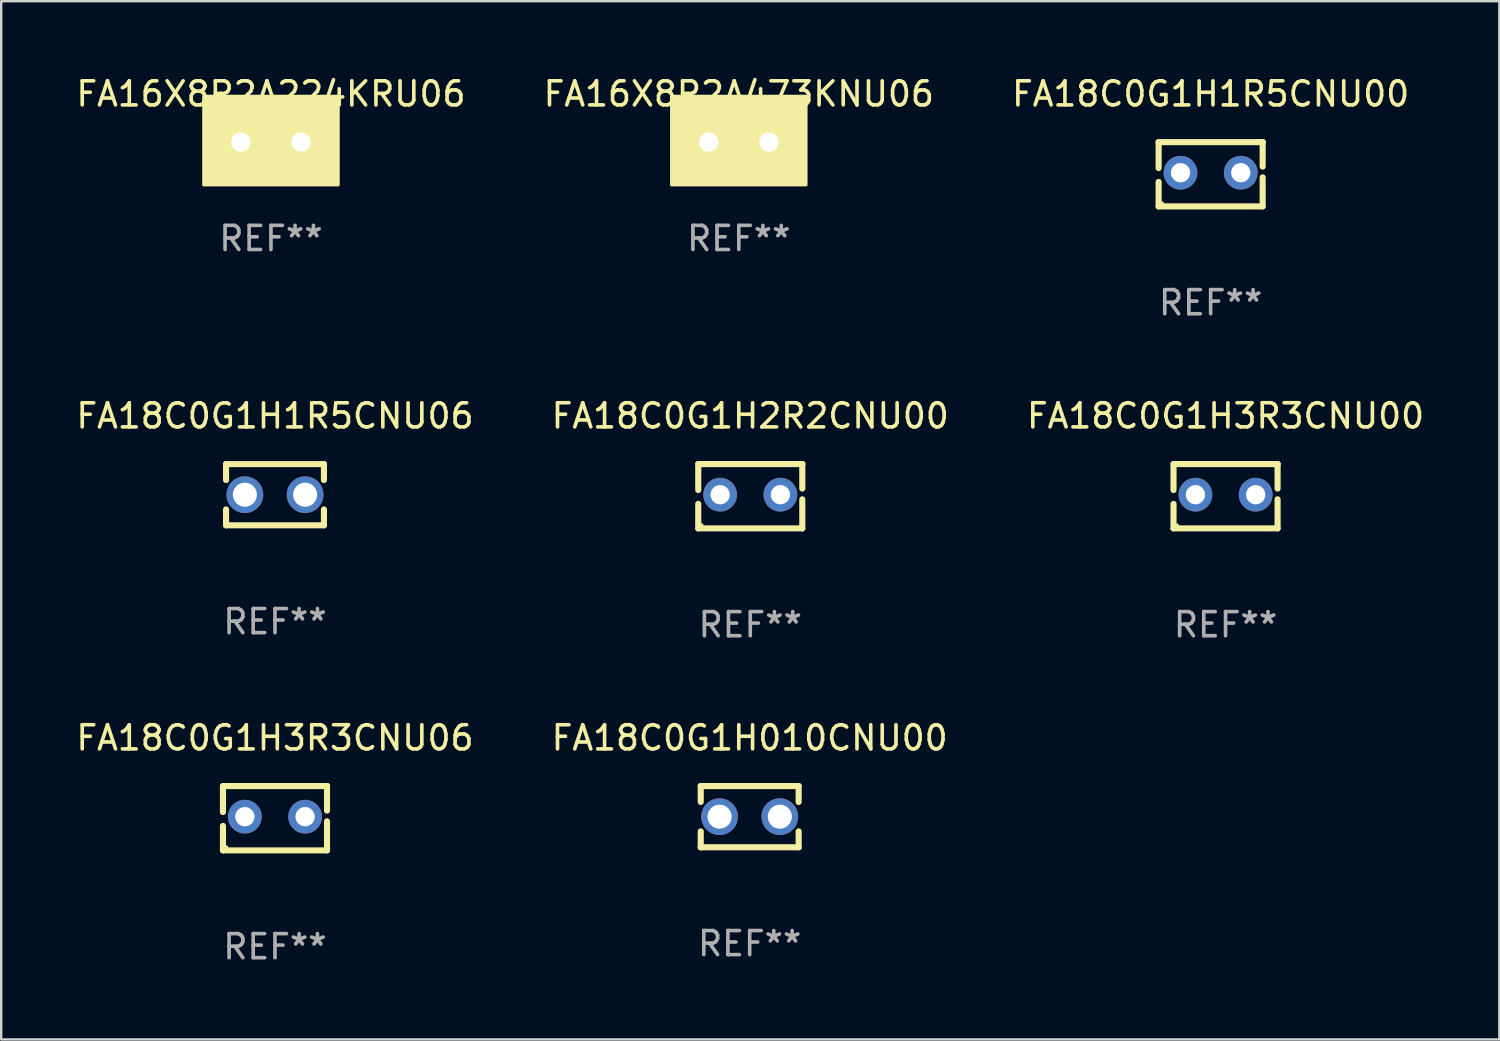
<source format=kicad_pcb>
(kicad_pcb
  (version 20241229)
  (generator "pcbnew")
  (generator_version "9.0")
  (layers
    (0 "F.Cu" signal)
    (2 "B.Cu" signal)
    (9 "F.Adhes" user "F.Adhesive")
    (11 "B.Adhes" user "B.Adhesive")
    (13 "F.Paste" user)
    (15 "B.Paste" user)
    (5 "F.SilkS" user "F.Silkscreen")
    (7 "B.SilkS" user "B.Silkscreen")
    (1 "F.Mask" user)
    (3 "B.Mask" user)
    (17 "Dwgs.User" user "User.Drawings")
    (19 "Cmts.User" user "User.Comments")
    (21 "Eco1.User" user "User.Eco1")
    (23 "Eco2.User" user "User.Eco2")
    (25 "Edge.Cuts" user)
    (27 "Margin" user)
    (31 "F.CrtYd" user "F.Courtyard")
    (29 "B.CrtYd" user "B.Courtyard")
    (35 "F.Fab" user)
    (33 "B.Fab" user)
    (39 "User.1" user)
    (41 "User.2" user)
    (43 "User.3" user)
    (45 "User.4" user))
  (footprint "FA18C0G1H010CNU00"
    (layer "F.Cu")
    (at 28.065 30.845)
    (property "Reference" "FA18C0G1H010CNU00" (at 0 -3.27 0) (layer "F.SilkS") (effects (font (size 1 1) (thickness 0.15))))
    (attr through_hole)
    (fp_line (start -2.032 -1.27) (end -2.032 -0.611) (stroke (width 0.254) (type solid)) (layer "F.SilkS"))
    (fp_line (start -2.032 0.611) (end -2.032 1.27) (stroke (width 0.254) (type solid)) (layer "F.SilkS"))
    (fp_line (start -2.032 1.27) (end 2.032 1.27) (stroke (width 0.254) (type solid)) (layer "F.SilkS"))
    (fp_line (start 2.032 -1.27) (end -2.032 -1.27) (stroke (width 0.254) (type solid)) (layer "F.SilkS"))
    (fp_line (start 2.032 -0.611) (end 2.032 -1.27) (stroke (width 0.254) (type solid)) (layer "F.SilkS"))
    (fp_line (start 2.032 1.27) (end 2.032 0.611) (stroke (width 0.254) (type solid)) (layer "F.SilkS"))
    (fp_circle (center -2 1.25) (end -1.97 1.25) (stroke (width 0.06) (type solid)) (fill no) (layer "F.SilkS"))
    (fp_text user "REF**" (at 0 5.27 0) (layer "F.Fab") (effects (font (size 1 1) (thickness 0.15))))
    (pad "1" thru_hole circle (at -1.25 0) (size 1.524 1.524) (drill 1) (layers "*.Cu" "*.Mask"))
    (pad "2" thru_hole circle (at 1.25 0) (size 1.524 1.524) (drill 1) (layers "*.Cu" "*.Mask")))
  (footprint "FA18C0G1H2R2CNU00"
    (layer "F.Cu")
    (at 28.089 17.545)
    (property "Reference" "FA18C0G1H2R2CNU00" (at 0 -3.334 0) (layer "F.SilkS") (effects (font (size 1 1) (thickness 0.15))))
    (attr through_hole)
    (fp_line (start -2.159 -1.334) (end 2.159 -1.334) (stroke (width 0.254) (type solid)) (layer "F.SilkS"))
    (fp_line (start -2.159 -0.256) (end -2.159 -1.334) (stroke (width 0.254) (type solid)) (layer "F.SilkS"))
    (fp_line (start -2.159 1.334) (end -2.159 0.318) (stroke (width 0.254) (type solid)) (layer "F.SilkS"))
    (fp_line (start 2.159 -1.334) (end 2.159 -1.334) (stroke (width 0.254) (type solid)) (layer "F.SilkS"))
    (fp_line (start 2.159 -1.334) (end 2.159 -0.318) (stroke (width 0.254) (type solid)) (layer "F.SilkS"))
    (fp_line (start 2.159 0.129) (end 2.159 1.334) (stroke (width 0.254) (type solid)) (layer "F.SilkS"))
    (fp_line (start 2.159 1.334) (end -2.159 1.334) (stroke (width 0.254) (type solid)) (layer "F.SilkS"))
    (fp_circle (center -2 1.186) (end -1.97 1.186) (stroke (width 0.06) (type solid)) (fill no) (layer "F.SilkS"))
    (fp_text user "REF**" (at 0 5.334 0) (layer "F.Fab") (effects (font (size 1 1) (thickness 0.15))))
    (pad "1" thru_hole circle (at -1.25 -0.064) (size 1.4 1.4) (drill 0.8) (layers "*.Cu" "*.Mask"))
    (pad "2" thru_hole circle (at 1.25 -0.064) (size 1.4 1.4) (drill 0.8) (layers "*.Cu" "*.Mask")))
  (footprint "FA16X8R2A473KNU06"
    (layer "F.Cu")
    (at 27.613 2.848)
    (property "Reference" "FA16X8R2A473KNU06" (at 0 -2 0) (layer "F.SilkS") (effects (font (size 1 1) (thickness 0.15))))
    (attr through_hole)
    (fp_circle (center -2.75 1.75) (end -2.72 1.75) (stroke (width 0.06) (type solid)) (fill no) (layer "F.SilkS"))
    (fp_poly (pts (xy -2.794 -1.905) (xy 2.794 -1.905) (xy 2.794 1.778) (xy -2.794 1.778)) (stroke (width 0.12) (type solid)) (fill yes) (layer "F.SilkS"))
    (fp_text user "REF**" (at 0 4 0) (layer "F.Fab") (effects (font (size 1 1) (thickness 0.15))))
    (pad "1" thru_hole circle (at -1.25 0) (size 1.2 1.2) (drill 0.8) (layers "*.Cu" "*.Mask"))
    (pad "2" thru_hole circle (at 1.25 0) (size 1.2 1.2) (drill 0.8) (layers "*.Cu" "*.Mask")))
  (footprint "FA18C0G1H1R5CNU00"
    (layer "F.Cu")
    (at 47.196 4.182)
    (property "Reference" "FA18C0G1H1R5CNU00" (at 0 -3.334 0) (layer "F.SilkS") (effects (font (size 1 1) (thickness 0.15))))
    (attr through_hole)
    (fp_line (start -2.159 -1.334) (end 2.159 -1.334) (stroke (width 0.254) (type solid)) (layer "F.SilkS"))
    (fp_line (start -2.159 -0.256) (end -2.159 -1.334) (stroke (width 0.254) (type solid)) (layer "F.SilkS"))
    (fp_line (start -2.159 1.334) (end -2.159 0.318) (stroke (width 0.254) (type solid)) (layer "F.SilkS"))
    (fp_line (start 2.159 -1.334) (end 2.159 -1.334) (stroke (width 0.254) (type solid)) (layer "F.SilkS"))
    (fp_line (start 2.159 -1.334) (end 2.159 -0.318) (stroke (width 0.254) (type solid)) (layer "F.SilkS"))
    (fp_line (start 2.159 0.129) (end 2.159 1.334) (stroke (width 0.254) (type solid)) (layer "F.SilkS"))
    (fp_line (start 2.159 1.334) (end -2.159 1.334) (stroke (width 0.254) (type solid)) (layer "F.SilkS"))
    (fp_circle (center -2 1.186) (end -1.97 1.186) (stroke (width 0.06) (type solid)) (fill no) (layer "F.SilkS"))
    (fp_text user "REF**" (at 0 5.334 0) (layer "F.Fab") (effects (font (size 1 1) (thickness 0.15))))
    (pad "1" thru_hole circle (at -1.25 -0.064) (size 1.4 1.4) (drill 0.8) (layers "*.Cu" "*.Mask"))
    (pad "2" thru_hole circle (at 1.25 -0.064) (size 1.4 1.4) (drill 0.8) (layers "*.Cu" "*.Mask")))
  (footprint "FA18C0G1H3R3CNU06"
    (layer "F.Cu")
    (at 8.363 30.909)
    (property "Reference" "FA18C0G1H3R3CNU06" (at 0 -3.334 0) (layer "F.SilkS") (effects (font (size 1 1) (thickness 0.15))))
    (attr through_hole)
    (fp_line (start -2.159 -1.334) (end 2.159 -1.334) (stroke (width 0.254) (type solid)) (layer "F.SilkS"))
    (fp_line (start -2.159 -0.256) (end -2.159 -1.334) (stroke (width 0.254) (type solid)) (layer "F.SilkS"))
    (fp_line (start -2.159 1.334) (end -2.159 0.318) (stroke (width 0.254) (type solid)) (layer "F.SilkS"))
    (fp_line (start 2.159 -1.334) (end 2.159 -1.334) (stroke (width 0.254) (type solid)) (layer "F.SilkS"))
    (fp_line (start 2.159 -1.334) (end 2.159 -0.318) (stroke (width 0.254) (type solid)) (layer "F.SilkS"))
    (fp_line (start 2.159 0.129) (end 2.159 1.334) (stroke (width 0.254) (type solid)) (layer "F.SilkS"))
    (fp_line (start 2.159 1.334) (end -2.159 1.334) (stroke (width 0.254) (type solid)) (layer "F.SilkS"))
    (fp_circle (center -2 1.186) (end -1.97 1.186) (stroke (width 0.06) (type solid)) (fill no) (layer "F.SilkS"))
    (fp_text user "REF**" (at 0 5.334 0) (layer "F.Fab") (effects (font (size 1 1) (thickness 0.15))))
    (pad "1" thru_hole circle (at -1.25 -0.064) (size 1.4 1.4) (drill 0.8) (layers "*.Cu" "*.Mask"))
    (pad "2" thru_hole circle (at 1.25 -0.064) (size 1.4 1.4) (drill 0.8) (layers "*.Cu" "*.Mask")))
  (footprint "FA18C0G1H1R5CNU06"
    (layer "F.Cu")
    (at 8.363 17.482)
    (property "Reference" "FA18C0G1H1R5CNU06" (at 0 -3.27 0) (layer "F.SilkS") (effects (font (size 1 1) (thickness 0.15))))
    (attr through_hole)
    (fp_line (start -2.032 -1.27) (end -2.032 -0.611) (stroke (width 0.254) (type solid)) (layer "F.SilkS"))
    (fp_line (start -2.032 0.611) (end -2.032 1.27) (stroke (width 0.254) (type solid)) (layer "F.SilkS"))
    (fp_line (start -2.032 1.27) (end 2.032 1.27) (stroke (width 0.254) (type solid)) (layer "F.SilkS"))
    (fp_line (start 2.032 -1.27) (end -2.032 -1.27) (stroke (width 0.254) (type solid)) (layer "F.SilkS"))
    (fp_line (start 2.032 -0.611) (end 2.032 -1.27) (stroke (width 0.254) (type solid)) (layer "F.SilkS"))
    (fp_line (start 2.032 1.27) (end 2.032 0.611) (stroke (width 0.254) (type solid)) (layer "F.SilkS"))
    (fp_circle (center -2 1.25) (end -1.97 1.25) (stroke (width 0.06) (type solid)) (fill no) (layer "F.SilkS"))
    (fp_text user "REF**" (at 0 5.27 0) (layer "F.Fab") (effects (font (size 1 1) (thickness 0.15))))
    (pad "1" thru_hole circle (at -1.25 0) (size 1.524 1.524) (drill 1) (layers "*.Cu" "*.Mask"))
    (pad "2" thru_hole circle (at 1.25 0) (size 1.524 1.524) (drill 1) (layers "*.Cu" "*.Mask")))
  (footprint "FA18C0G1H3R3CNU00"
    (layer "F.Cu")
    (at 47.815 17.545)
    (property "Reference" "FA18C0G1H3R3CNU00" (at 0 -3.334 0) (layer "F.SilkS") (effects (font (size 1 1) (thickness 0.15))))
    (attr through_hole)
    (fp_line (start -2.159 -1.334) (end 2.159 -1.334) (stroke (width 0.254) (type solid)) (layer "F.SilkS"))
    (fp_line (start -2.159 -0.256) (end -2.159 -1.334) (stroke (width 0.254) (type solid)) (layer "F.SilkS"))
    (fp_line (start -2.159 1.334) (end -2.159 0.318) (stroke (width 0.254) (type solid)) (layer "F.SilkS"))
    (fp_line (start 2.159 -1.334) (end 2.159 -1.334) (stroke (width 0.254) (type solid)) (layer "F.SilkS"))
    (fp_line (start 2.159 -1.334) (end 2.159 -0.318) (stroke (width 0.254) (type solid)) (layer "F.SilkS"))
    (fp_line (start 2.159 0.129) (end 2.159 1.334) (stroke (width 0.254) (type solid)) (layer "F.SilkS"))
    (fp_line (start 2.159 1.334) (end -2.159 1.334) (stroke (width 0.254) (type solid)) (layer "F.SilkS"))
    (fp_circle (center -2 1.186) (end -1.97 1.186) (stroke (width 0.06) (type solid)) (fill no) (layer "F.SilkS"))
    (fp_text user "REF**" (at 0 5.334 0) (layer "F.Fab") (effects (font (size 1 1) (thickness 0.15))))
    (pad "1" thru_hole circle (at -1.25 -0.064) (size 1.4 1.4) (drill 0.8) (layers "*.Cu" "*.Mask"))
    (pad "2" thru_hole circle (at 1.25 -0.064) (size 1.4 1.4) (drill 0.8) (layers "*.Cu" "*.Mask")))
  (footprint "FA16X8R2A224KRU06"
    (layer "F.Cu")
    (at 8.196 2.848)
    (property "Reference" "FA16X8R2A224KRU06" (at 0 -2 0) (layer "F.SilkS") (effects (font (size 1 1) (thickness 0.15))))
    (attr through_hole)
    (fp_circle (center -2.75 1.75) (end -2.72 1.75) (stroke (width 0.06) (type solid)) (fill no) (layer "F.SilkS"))
    (fp_poly (pts (xy -2.794 -1.905) (xy 2.794 -1.905) (xy 2.794 1.778) (xy -2.794 1.778)) (stroke (width 0.12) (type solid)) (fill yes) (layer "F.SilkS"))
    (fp_text user "REF**" (at 0 4 0) (layer "F.Fab") (effects (font (size 1 1) (thickness 0.15))))
    (pad "1" thru_hole circle (at -1.25 0) (size 1.2 1.2) (drill 0.8) (layers "*.Cu" "*.Mask"))
    (pad "2" thru_hole circle (at 1.25 0) (size 1.2 1.2) (drill 0.8) (layers "*.Cu" "*.Mask")))
  (gr_rect
    (start -3 -3)
    (end 59.179 40.091)
    (stroke (width 0.1) (type default))
    (fill no)
    (layer "Edge.Cuts")))
</source>
